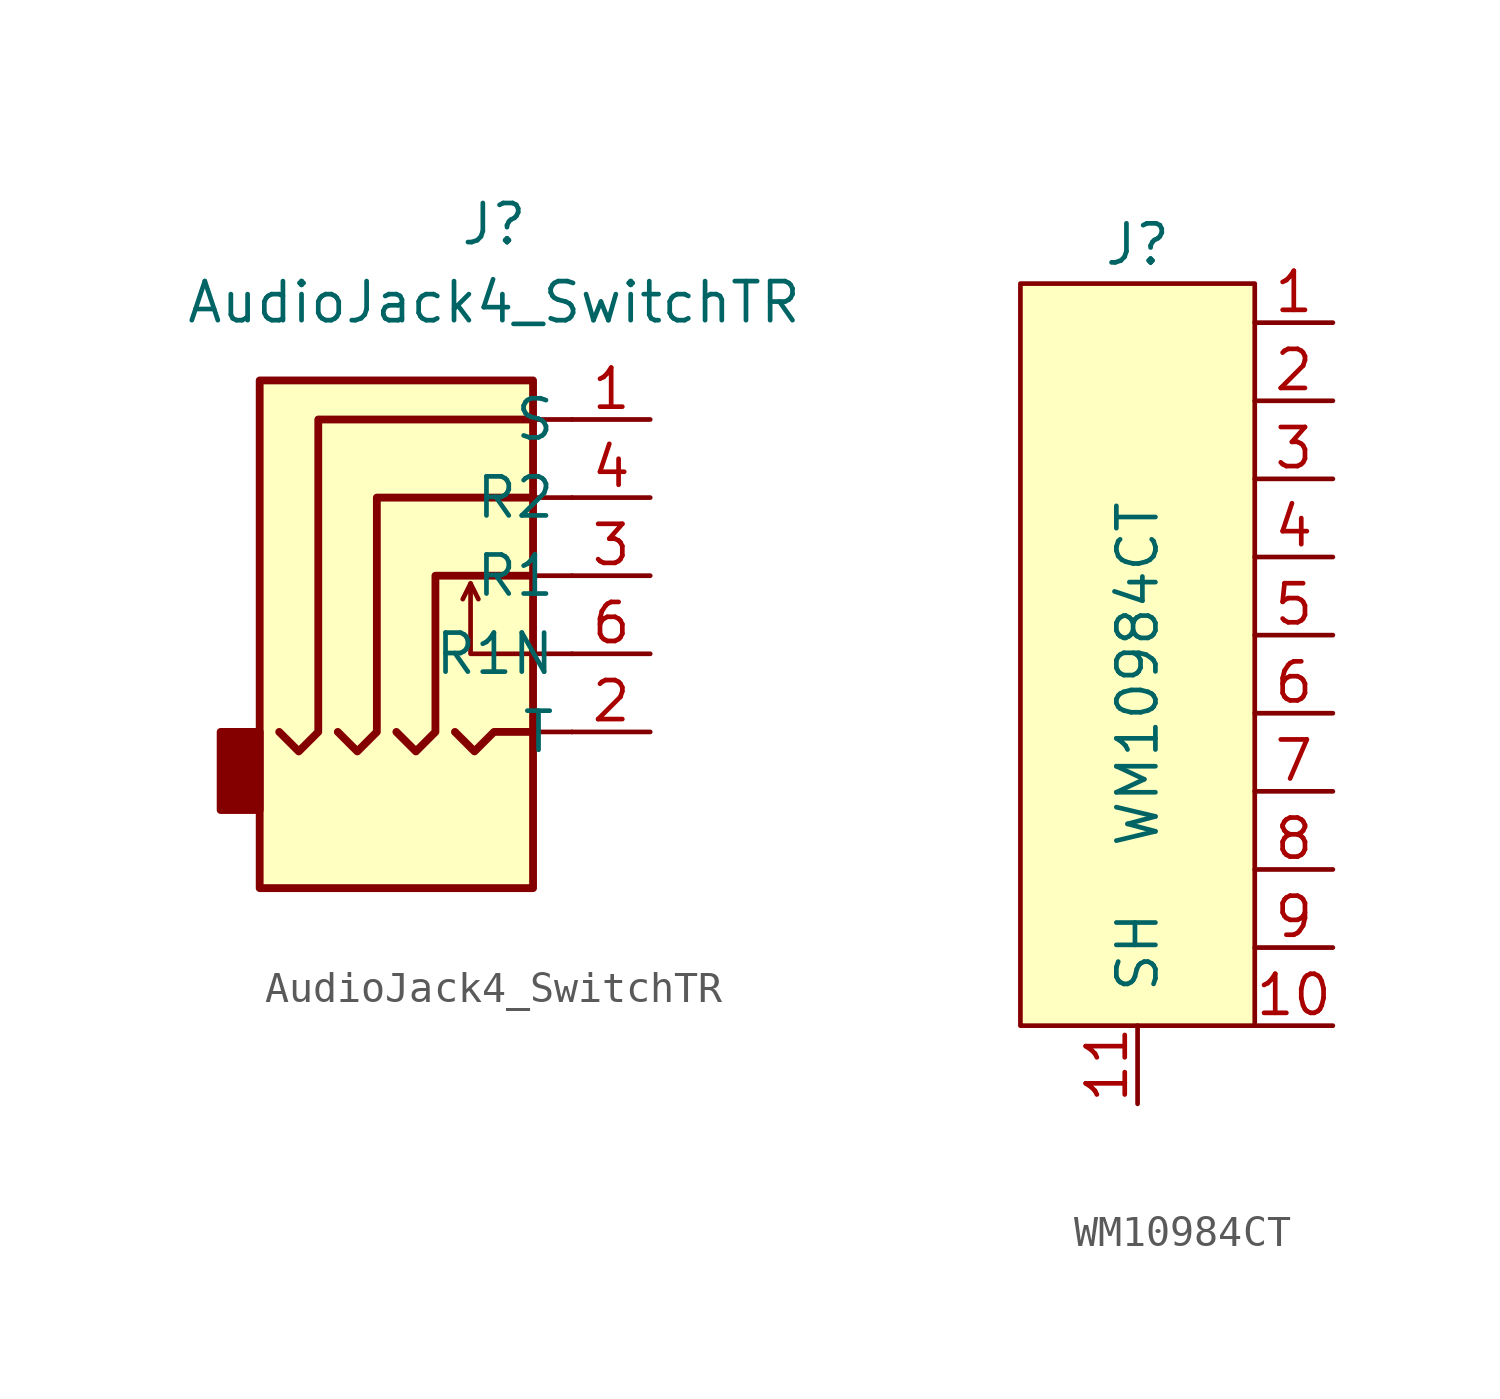
<source format=kicad_sym>
(kicad_symbol_lib
  (version 20211014)
  (generator kicad_symbol_editor)
  (symbol "AudioJack4_SwitchTR"
    (property "Reference" "J"
      (at 0 11.43 0)
      (effects (font (size 1.27 1.27))))
    (property "Value" "AudioJack4_SwitchTR"
      (at 0 8.89 0)
      (effects (font (size 1.27 1.27))))
    (symbol "AudioJack4_SwitchTR_0_1"
      (rectangle (start -7.62 -5.08) (end -8.89 -7.62) (stroke (width 0.254) (type default) (color 0 0 0 0)) (fill (type outline)))
      (polyline (pts (xy 1.27 -5.08) (xy 2.54 -5.08)) (stroke (width 0) (type default) (color 0 0 0 0)) (fill (type none)))
      (polyline (pts (xy 1.27 2.54) (xy 2.54 2.54)) (stroke (width 0) (type default) (color 0 0 0 0)) (fill (type none)))
      (polyline (pts (xy 2.54 0) (xy 1.27 0)) (stroke (width 0) (type default) (color 0 0 0 0)) (fill (type none)))
      (polyline (pts (xy 2.54 5.08) (xy 1.27 5.08)) (stroke (width 0) (type default) (color 0 0 0 0)) (fill (type none)))
      (rectangle (start 1.27 6.35) (end -7.62 -10.16) (stroke (width 0.254) (type default) (color 0 0 0 0)) (fill (type background))))
    (symbol "AudioJack4_SwitchTR_1_1"
      (polyline (pts (xy -0.762 -0.254) (xy -0.508 -0.762)) (stroke (width 0) (type default) (color 0 0 0 0)) (fill (type none)))
      (polyline (pts (xy -1.27 -5.08) (xy -0.635 -5.715) (xy 0 -5.08) (xy 1.27 -5.08)) (stroke (width 0.254) (type default) (color 0 0 0 0)) (fill (type none)))
      (polyline (pts (xy 2.54 -2.54) (xy -0.762 -2.54) (xy -0.762 -0.254) (xy -1.016 -0.762)) (stroke (width 0) (type default) (color 0 0 0 0)) (fill (type none)))
      (polyline (pts (xy -3.175 -5.08) (xy -2.54 -5.715) (xy -1.905 -5.08) (xy -1.905 0) (xy 1.27 0)) (stroke (width 0.254) (type default) (color 0 0 0 0)) (fill (type none)))
      (polyline (pts (xy 1.27 2.54) (xy -3.81 2.54) (xy -3.81 -5.08) (xy -4.445 -5.715) (xy -5.08 -5.08)) (stroke (width 0.254) (type default) (color 0 0 0 0)) (fill (type none)))
      (polyline (pts (xy 1.27 5.08) (xy -5.715 5.08) (xy -5.715 -5.08) (xy -6.35 -5.715) (xy -6.985 -5.08)) (stroke (width 0.254) (type default) (color 0 0 0 0)) (fill (type none)))
      (pin passive line (at 5.08 5.08 180) (length 2.54) (name "S" (effects (font (size 1.27 1.27)))) (number "1" (effects (font (size 1.27 1.27)))))
      (pin passive line (at 5.08 -5.08 180) (length 2.54) (name "T" (effects (font (size 1.27 1.27)))) (number "2" (effects (font (size 1.27 1.27)))))
      (pin passive line (at 5.08 0 180) (length 2.54) (name "R1" (effects (font (size 1.27 1.27)))) (number "3" (effects (font (size 1.27 1.27)))))
      (pin passive line (at 5.08 2.54 180) (length 2.54) (name "R2" (effects (font (size 1.27 1.27)))) (number "4" (effects (font (size 1.27 1.27)))))
      (pin passive line (at 5.08 -2.54 180) (length 2.54) (name "R1N" (effects (font (size 1.27 1.27)))) (number "6" (effects (font (size 1.27 1.27)))))))
  (symbol "WM10984CT"
    (pin_names
      (offset 1.016))
    (property "Reference" "J"
      (at -6.35 6.35 0)
      (effects (font (size 1.27 1.27))))
    (property "Value" "WM10984CT"
      (at -6.35 -7.62 90)
      (effects (font (size 1.27 1.27))))
    (symbol "WM10984CT_0_1"
      (rectangle (start -2.54 5.08) (end -10.16 -19.05) (stroke (width 0) (type default) (color 0 0 0 0)) (fill (type background))))
    (symbol "WM10984CT_1_1"
      (pin passive line (at 0 3.81 180) (length 2.54) (name "~" (effects (font (size 1.27 1.27)))) (number "1" (effects (font (size 1.27 1.27)))))
      (pin passive line (at 0 -19.05 180) (length 2.54) (name "~" (effects (font (size 1.27 1.27)))) (number "10" (effects (font (size 1.27 1.27)))))
      (pin passive line (at -6.35 -21.59 90) (length 2.54) (name "SH" (effects (font (size 1.27 1.27)))) (number "11" (effects (font (size 1.27 1.27)))))
      (pin passive line (at 0 1.27 180) (length 2.54) (name "~" (effects (font (size 1.27 1.27)))) (number "2" (effects (font (size 1.27 1.27)))))
      (pin passive line (at 0 -1.27 180) (length 2.54) (name "~" (effects (font (size 1.27 1.27)))) (number "3" (effects (font (size 1.27 1.27)))))
      (pin passive line (at 0 -3.81 180) (length 2.54) (name "~" (effects (font (size 1.27 1.27)))) (number "4" (effects (font (size 1.27 1.27)))))
      (pin passive line (at 0 -6.35 180) (length 2.54) (name "~" (effects (font (size 1.27 1.27)))) (number "5" (effects (font (size 1.27 1.27)))))
      (pin passive line (at 0 -8.89 180) (length 2.54) (name "~" (effects (font (size 1.27 1.27)))) (number "6" (effects (font (size 1.27 1.27)))))
      (pin passive line (at 0 -11.43 180) (length 2.54) (name "~" (effects (font (size 1.27 1.27)))) (number "7" (effects (font (size 1.27 1.27)))))
      (pin passive line (at 0 -13.97 180) (length 2.54) (name "~" (effects (font (size 1.27 1.27)))) (number "8" (effects (font (size 1.27 1.27)))))
      (pin passive line (at 0 -16.51 180) (length 2.54) (name "~" (effects (font (size 1.27 1.27)))) (number "9" (effects (font (size 1.27 1.27))))))))
</source>
